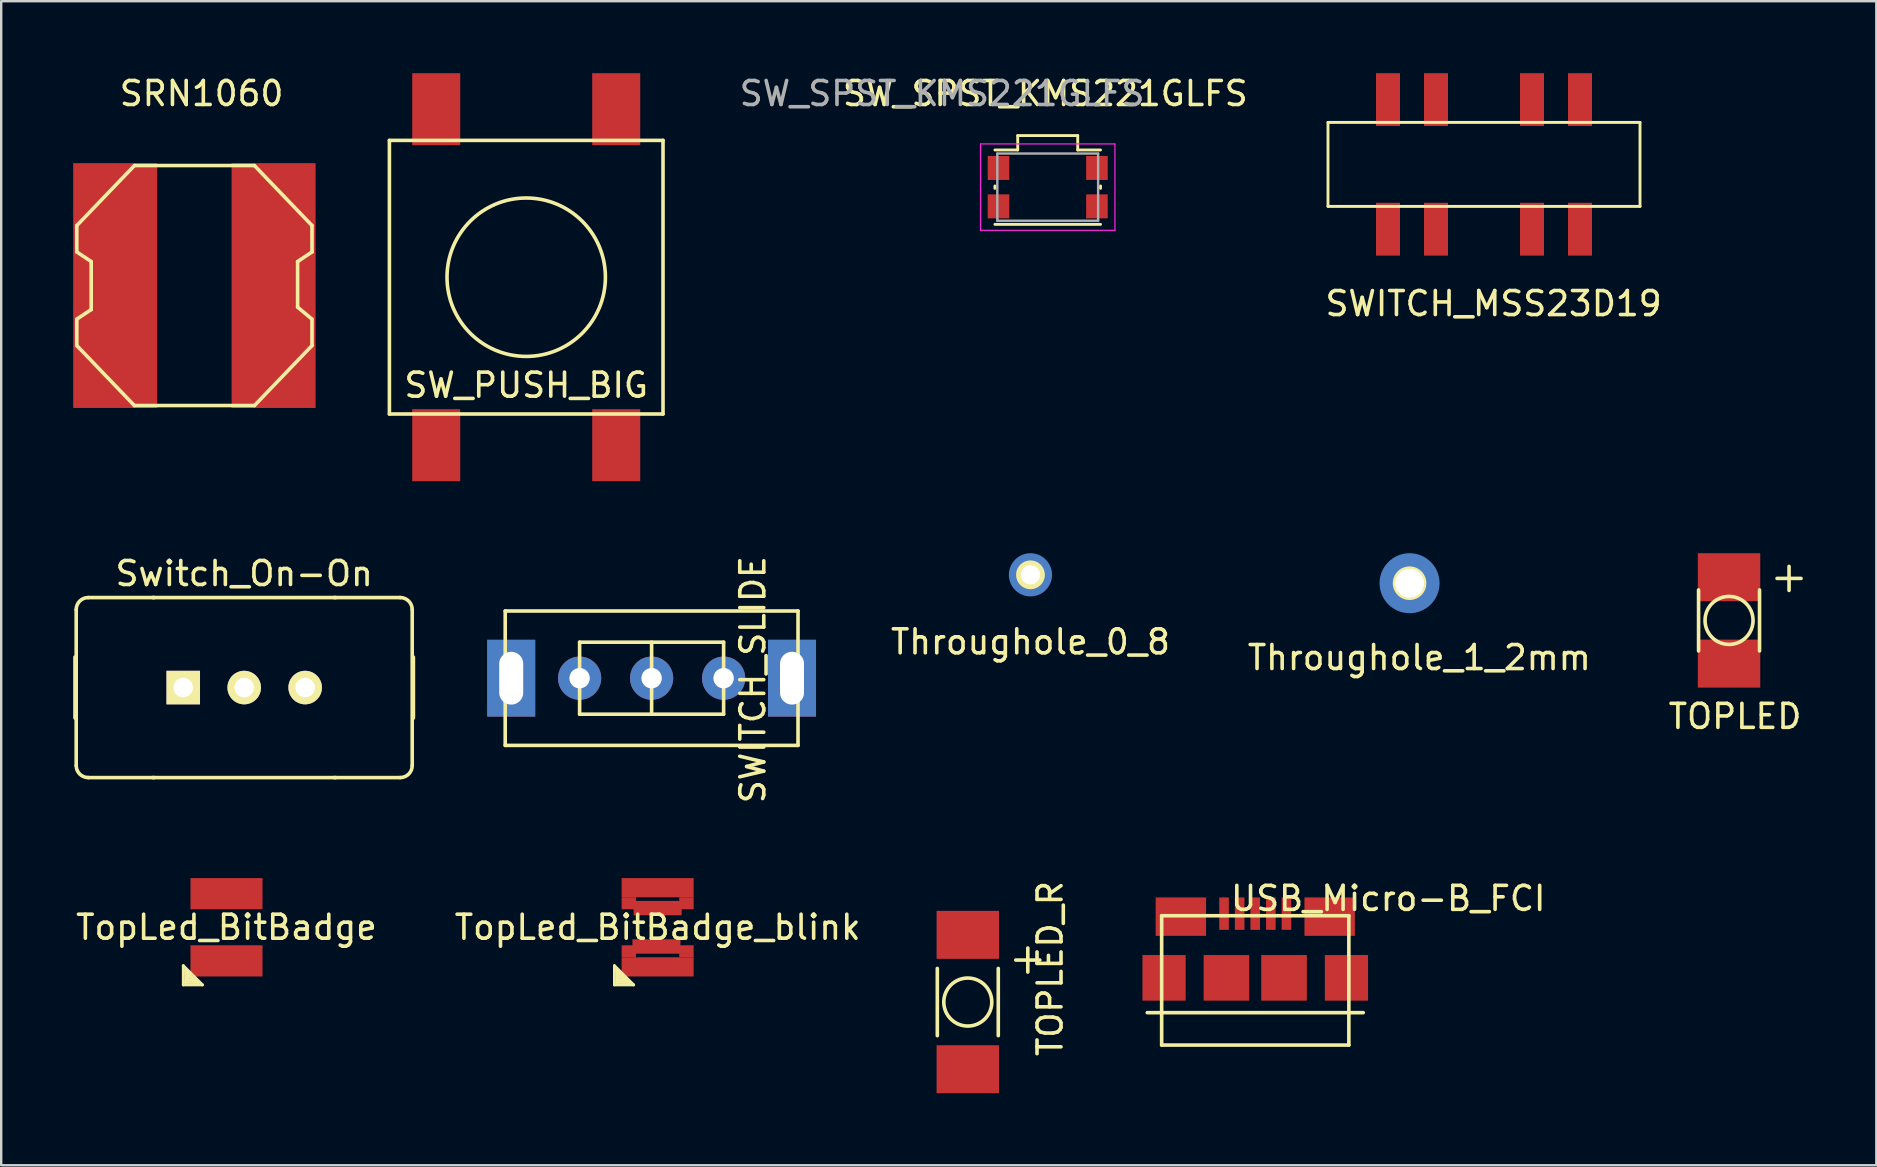
<source format=kicad_pcb>
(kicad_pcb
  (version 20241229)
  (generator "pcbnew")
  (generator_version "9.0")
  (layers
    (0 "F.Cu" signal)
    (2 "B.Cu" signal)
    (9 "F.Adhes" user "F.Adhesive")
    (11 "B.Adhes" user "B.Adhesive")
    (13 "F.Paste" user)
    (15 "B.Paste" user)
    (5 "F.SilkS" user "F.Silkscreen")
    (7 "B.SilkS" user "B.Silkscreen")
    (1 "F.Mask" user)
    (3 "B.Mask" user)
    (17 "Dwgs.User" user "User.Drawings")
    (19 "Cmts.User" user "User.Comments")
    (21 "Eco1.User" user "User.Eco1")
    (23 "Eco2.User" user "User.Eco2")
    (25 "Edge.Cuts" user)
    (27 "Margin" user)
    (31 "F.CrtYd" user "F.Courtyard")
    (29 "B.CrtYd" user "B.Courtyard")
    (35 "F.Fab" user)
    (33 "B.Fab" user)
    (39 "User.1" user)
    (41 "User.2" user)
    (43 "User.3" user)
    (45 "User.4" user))
  (footprint "Switch_On-On"
    (layer "F.Cu")
    (at 7.125 25.598)
    (property "Reference" "Switch_On-On" (at 0 -4.75 0) (layer "F.SilkS") (effects (font (size 1 1) (thickness 0.15))))
    (attr through_hole)
    (fp_line (start -7.05 1.27) (end -7.05 -1.27) (stroke (width 0.15) (type solid)) (layer "F.SilkS"))
    (fp_line (start -7 -3.25) (end -7 3.25) (stroke (width 0.15) (type solid)) (layer "F.SilkS"))
    (fp_line (start -6.5 -3.75) (end -3.75 -3.75) (stroke (width 0.15) (type solid)) (layer "F.SilkS"))
    (fp_line (start -6.5 3.75) (end -3.75 3.75) (stroke (width 0.15) (type solid)) (layer "F.SilkS"))
    (fp_line (start -3.81 3.75) (end 3.81 3.75) (stroke (width 0.15) (type solid)) (layer "F.SilkS"))
    (fp_line (start 3.75 -3.75) (end 6.5 -3.75) (stroke (width 0.15) (type solid)) (layer "F.SilkS"))
    (fp_line (start 3.75 3.75) (end 6.5 3.75) (stroke (width 0.15) (type solid)) (layer "F.SilkS"))
    (fp_line (start 3.81 -3.75) (end -3.81 -3.75) (stroke (width 0.15) (type solid)) (layer "F.SilkS"))
    (fp_line (start 7 -3.25) (end 7 3.25) (stroke (width 0.15) (type solid)) (layer "F.SilkS"))
    (fp_line (start 7.05 -1.27) (end 7.05 1.27) (stroke (width 0.15) (type solid)) (layer "F.SilkS"))
    (fp_arc (start -7 -3.25) (mid -6.853553 -3.603553) (end -6.5 -3.75) (stroke (width 0.15) (type solid)) (layer "F.SilkS"))
    (fp_arc (start -6.5 3.75) (mid -6.853553 3.603553) (end -7 3.25) (stroke (width 0.15) (type solid)) (layer "F.SilkS"))
    (fp_arc (start 6.5 -3.75) (mid 6.853553 -3.603553) (end 7 -3.25) (stroke (width 0.15) (type solid)) (layer "F.SilkS"))
    (fp_arc (start 7 3.25) (mid 6.853553 3.603553) (end 6.5 3.75) (stroke (width 0.15) (type solid)) (layer "F.SilkS"))
    (pad "1" thru_hole circle (at 2.54 0) (size 1.397 1.397) (drill 0.813) (layers "*.Cu" "*.Mask" "F.SilkS"))
    (pad "2" thru_hole circle (at 0 0) (size 1.397 1.397) (drill 0.813) (layers "*.Cu" "*.Mask" "F.SilkS"))
    (pad "3" thru_hole rect (at -2.54 0) (size 1.397 1.397) (drill 0.813) (layers "*.Cu" "*.Mask" "F.SilkS")))
  (footprint "SRN1060"
    (layer "F.Cu")
    (at 5.05 8.848)
    (property "Reference" "SRN1060" (at 0.3 -8 180) (layer "F.SilkS") (effects (font (size 1 1) (thickness 0.15))))
    (attr smd)
    (fp_line (start -4.9 -2.5) (end -2.5 -5) (stroke (width 0.15) (type solid)) (layer "F.SilkS"))
    (fp_line (start -4.9 -1.4) (end -4.9 -2.5) (stroke (width 0.15) (type solid)) (layer "F.SilkS"))
    (fp_line (start -4.9 1.4) (end -4.9 2.5) (stroke (width 0.15) (type solid)) (layer "F.SilkS"))
    (fp_line (start -4.9 2.5) (end -2.5 5) (stroke (width 0.15) (type solid)) (layer "F.SilkS"))
    (fp_line (start -4.3 -1) (end -4.9 -1.4) (stroke (width 0.15) (type solid)) (layer "F.SilkS"))
    (fp_line (start -4.3 -1) (end -4.3 1) (stroke (width 0.15) (type solid)) (layer "F.SilkS"))
    (fp_line (start -4.3 1) (end -4.9 1.4) (stroke (width 0.15) (type solid)) (layer "F.SilkS"))
    (fp_line (start -2.5 -5) (end 2.5 -5) (stroke (width 0.15) (type solid)) (layer "F.SilkS"))
    (fp_line (start 2.5 5) (end -2.5 5) (stroke (width 0.15) (type solid)) (layer "F.SilkS"))
    (fp_line (start 4.3 -1) (end 4.3 0.9) (stroke (width 0.15) (type solid)) (layer "F.SilkS"))
    (fp_line (start 4.3 -1) (end 4.9 -1.4) (stroke (width 0.15) (type solid)) (layer "F.SilkS"))
    (fp_line (start 4.3 0.9) (end 4.9 1.4) (stroke (width 0.15) (type solid)) (layer "F.SilkS"))
    (fp_line (start 4.9 -2.5) (end 2.5 -5) (stroke (width 0.15) (type solid)) (layer "F.SilkS"))
    (fp_line (start 4.9 -1.4) (end 4.9 -2.5) (stroke (width 0.15) (type solid)) (layer "F.SilkS"))
    (fp_line (start 4.9 1.4) (end 4.9 2.5) (stroke (width 0.15) (type solid)) (layer "F.SilkS"))
    (fp_line (start 4.9 2.5) (end 2.5 5) (stroke (width 0.15) (type solid)) (layer "F.SilkS"))
    (pad "1" smd rect (at -3.3 0) (size 3.5 10.2) (layers "F.Cu" "F.Mask" "F.Paste"))
    (pad "2" smd rect (at 3.3 0) (size 3.5 10.2) (layers "F.Cu" "F.Mask" "F.Paste")))
  (footprint "TOPLED_R"
    (layer "F.Cu")
    (at 37.274 38.701)
    (property "Reference" "TOPLED_R" (at 3.429 -1.397 90) (layer "F.SilkS") (effects (font (size 1 1) (thickness 0.15))))
    (attr through_hole)
    (fp_line (start -1.27 -1.4) (end -1.27 1.4) (stroke (width 0.15) (type solid)) (layer "F.SilkS"))
    (fp_line (start 1.27 -1.4) (end 1.27 1.4) (stroke (width 0.15) (type solid)) (layer "F.SilkS"))
    (fp_line (start 2 -1.75) (end 3 -1.75) (stroke (width 0.15) (type solid)) (layer "F.SilkS"))
    (fp_line (start 2.5 -2.25) (end 2.5 -1.25) (stroke (width 0.15) (type solid)) (layer "F.SilkS"))
    (fp_circle (center 0 0) (end 1 0) (stroke (width 0.15) (type solid)) (fill no) (layer "F.SilkS"))
    (pad "1" smd rect (at 0 2.8) (size 2.6 2) (layers "F.Cu" "F.Mask" "F.Paste"))
    (pad "2" smd rect (at 0 -2.8) (size 2.6 2) (layers "F.Cu" "F.Mask" "F.Paste")))
  (footprint "TOPLED"
    (layer "F.Cu")
    (at 68.992 22.8)
    (property "Reference" "TOPLED" (at 0.25 4 0) (layer "F.SilkS") (effects (font (size 1 1) (thickness 0.15))))
    (attr through_hole)
    (fp_line (start -1.27 -1.27) (end -1.27 1.27) (stroke (width 0.15) (type solid)) (layer "F.SilkS"))
    (fp_line (start 1.27 -1.27) (end 1.27 1.27) (stroke (width 0.15) (type solid)) (layer "F.SilkS"))
    (fp_line (start 2 -1.75) (end 3 -1.75) (stroke (width 0.15) (type solid)) (layer "F.SilkS"))
    (fp_line (start 2.5 -2.25) (end 2.5 -1.25) (stroke (width 0.15) (type solid)) (layer "F.SilkS"))
    (fp_circle (center 0 0) (end 1 0) (stroke (width 0.15) (type solid)) (fill no) (layer "F.SilkS"))
    (pad "1" smd rect (at 0 1.8) (size 2.6 2) (layers "F.Cu" "F.Mask" "F.Paste"))
    (pad "2" smd rect (at 0 -1.8) (size 2.6 2) (layers "F.Cu" "F.Mask" "F.Paste")))
  (footprint "Throughole_1_2mm"
    (layer "F.Cu")
    (at 55.681 21.25)
    (property "Reference" "Throughole_1_2mm" (at 0.406 3.099 0) (layer "F.SilkS") (effects (font (size 1 1) (thickness 0.15))))
    (attr through_hole)
    (pad "1" thru_hole circle (at 0 0) (size 1.4 1.4) (drill 1.2) (layers "*.Cu" "*.Mask" "F.SilkS"))
    (pad "1" smd circle (at 0 0) (size 2.5 2.5) (layers "B.Cu" "B.Mask" "B.Paste")))
  (footprint "SW_PUSH_BIG"
    (layer "F.Cu")
    (at 18.875 8.5)
    (property "Reference" "SW_PUSH_BIG" (at 0 4.5 0) (layer "F.SilkS") (effects (font (size 1 1) (thickness 0.15))))
    (attr through_hole)
    (fp_line (start -5.7 -5.7) (end 5.7 -5.7) (stroke (width 0.15) (type solid)) (layer "F.SilkS"))
    (fp_line (start -5.7 5.7) (end -5.7 -5.7) (stroke (width 0.15) (type solid)) (layer "F.SilkS"))
    (fp_line (start -5.7 5.7) (end 5.7 5.7) (stroke (width 0.15) (type solid)) (layer "F.SilkS"))
    (fp_line (start 5.7 -5.7) (end 5.7 5.7) (stroke (width 0.15) (type solid)) (layer "F.SilkS"))
    (fp_circle (center 0 0) (end 3.3 0) (stroke (width 0.15) (type solid)) (fill no) (layer "F.SilkS"))
    (pad "1" smd rect (at -3.75 -7) (size 2 3) (layers "F.Cu" "F.Mask" "F.Paste"))
    (pad "2" smd rect (at 3.75 -7) (size 2 3) (layers "F.Cu" "F.Mask" "F.Paste"))
    (pad "3" smd rect (at -3.75 7) (size 2 3) (layers "F.Cu" "F.Mask" "F.Paste"))
    (pad "4" smd rect (at 3.75 7) (size 2 3) (layers "F.Cu" "F.Mask" "F.Paste")))
  (footprint "SWITCH_SLIDE"
    (layer "F.Cu")
    (at 24.1 25.207)
    (property "Reference" "SWITCH_SLIDE" (at 4.218 0.061 270) (layer "F.SilkS") (effects (font (size 1 1) (thickness 0.15))))
    (attr through_hole)
    (fp_line (start -6.1 -2.8) (end -6.1 2.8) (stroke (width 0.15) (type solid)) (layer "F.SilkS"))
    (fp_line (start -6.1 2.8) (end 6.1 2.8) (stroke (width 0.15) (type solid)) (layer "F.SilkS"))
    (fp_line (start -3 -1.5) (end -3 1.5) (stroke (width 0.15) (type solid)) (layer "F.SilkS"))
    (fp_line (start -3 1.5) (end 3 1.5) (stroke (width 0.15) (type solid)) (layer "F.SilkS"))
    (fp_line (start 0 -1.5) (end 0 1.5) (stroke (width 0.15) (type solid)) (layer "F.SilkS"))
    (fp_line (start 3 -1.5) (end -3 -1.5) (stroke (width 0.15) (type solid)) (layer "F.SilkS"))
    (fp_line (start 3 1.5) (end 3 -1.5) (stroke (width 0.15) (type solid)) (layer "F.SilkS"))
    (fp_line (start 6.1 -2.8) (end -6.1 -2.8) (stroke (width 0.15) (type solid)) (layer "F.SilkS"))
    (fp_line (start 6.1 2.8) (end 6.1 -2.8) (stroke (width 0.15) (type solid)) (layer "F.SilkS"))
    (pad "" thru_hole rect (at -5.85 0 90) (size 3.2 2) (drill oval 2.2 1) (layers "*.Cu" "*.Mask"))
    (pad "" thru_hole rect (at 5.85 0 90) (size 3.2 2) (drill oval 2.2 1) (layers "*.Cu" "*.Mask"))
    (pad "1" thru_hole circle (at -3 0) (size 1.8 1.8) (drill 0.85) (layers "*.Cu" "*.Mask"))
    (pad "2" thru_hole circle (at 0 0) (size 1.8 1.8) (drill 0.85) (layers "*.Cu" "*.Mask"))
    (pad "3" thru_hole circle (at 3 0 90) (size 1.8 1.8) (drill 0.85) (layers "*.Cu" "*.Mask")))
  (footprint "TopLed_BitBadge_blink"
    (layer "F.Cu")
    (at 24.351 35.586)
    (property "Reference" "TopLed_BitBadge_blink" (at 0 0 0) (layer "F.SilkS") (effects (font (size 1 1) (thickness 0.15))))
    (attr through_hole)
    (fp_line (start -1.8 1.6) (end -1.8 2.4) (stroke (width 0.12) (type solid)) (layer "F.SilkS"))
    (fp_line (start -1.8 2.4) (end -1 2.4) (stroke (width 0.12) (type solid)) (layer "F.SilkS"))
    (fp_line (start -1.7 1.8) (end -1.7 2.3) (stroke (width 0.12) (type solid)) (layer "F.SilkS"))
    (fp_line (start -1.7 2.3) (end -1.2 2.3) (stroke (width 0.12) (type solid)) (layer "F.SilkS"))
    (fp_line (start -1.6 2) (end -1.6 2.2) (stroke (width 0.12) (type solid)) (layer "F.SilkS"))
    (fp_line (start -1.6 2.2) (end -1.4 2.2) (stroke (width 0.12) (type solid)) (layer "F.SilkS"))
    (fp_line (start -1.4 2.2) (end -1.6 2) (stroke (width 0.12) (type solid)) (layer "F.SilkS"))
    (fp_line (start -1.2 2.3) (end -1.7 1.8) (stroke (width 0.15) (type solid)) (layer "F.SilkS"))
    (fp_line (start -1 2.4) (end -1.8 1.6) (stroke (width 0.12) (type solid)) (layer "F.SilkS"))
    (pad "" smd rect (at -1.2 -1) (size 0.6 0.5) (layers "F.Cu" "F.Mask" "F.Paste"))
    (pad "" smd rect (at -1.2 1) (size 0.6 0.5) (layers "F.Cu" "F.Mask" "F.Paste"))
    (pad "" smd rect (at -0.05 0.8) (size 2 0.6) (layers "F.Cu" "F.Mask" "F.Paste"))
    (pad "" smd rect (at 0 -0.8) (size 2 0.6) (layers "F.Cu" "F.Mask" "F.Paste"))
    (pad "" smd rect (at 1.2 -1) (size 0.6 0.5) (layers "F.Cu" "F.Mask" "F.Paste"))
    (pad "" smd rect (at 1.2 1) (size 0.6 0.5) (layers "F.Cu" "F.Mask" "F.Paste"))
    (pad "1" smd rect (at 0 -1.65) (size 3 0.8) (layers "F.Cu" "F.Mask" "F.Paste"))
    (pad "2" smd rect (at 0 1.65) (size 3 0.8) (layers "F.Cu" "F.Mask" "F.Paste")))
  (footprint "SW_SPST_KMS221GLFS"
    (layer "F.Cu")
    (at 40.604 4.748)
    (property "Reference" "SW_SPST_KMS221GLFS" (at -0.1 -3.9 0) (layer "F.SilkS") (effects (font (size 1 1) (thickness 0.15))))
    (attr smd)
    (fp_line (start -2.2 0.05) (end -2.2 -0.05) (stroke (width 0.12) (type solid)) (layer "F.SilkS"))
    (fp_line (start -2.2 1.55) (end 2.2 1.55) (stroke (width 0.12) (type solid)) (layer "F.SilkS"))
    (fp_line (start -1.25 -2.15) (end -1.25 -1.55) (stroke (width 0.12) (type solid)) (layer "F.SilkS"))
    (fp_line (start -1.25 -2.15) (end 1.25 -2.15) (stroke (width 0.12) (type solid)) (layer "F.SilkS"))
    (fp_line (start -1.25 -1.55) (end -2.2 -1.55) (stroke (width 0.12) (type solid)) (layer "F.SilkS"))
    (fp_line (start 1.25 -2.15) (end 1.25 -1.55) (stroke (width 0.12) (type solid)) (layer "F.SilkS"))
    (fp_line (start 2.2 -1.55) (end 1.25 -1.55) (stroke (width 0.12) (type solid)) (layer "F.SilkS"))
    (fp_line (start 2.2 0.05) (end 2.2 -0.05) (stroke (width 0.12) (type solid)) (layer "F.SilkS"))
    (fp_line (start -2.8 -1.8) (end 2.8 -1.8) (stroke (width 0.05) (type solid)) (layer "F.CrtYd"))
    (fp_line (start -2.8 1.8) (end -2.8 -1.8) (stroke (width 0.05) (type solid)) (layer "F.CrtYd"))
    (fp_line (start 2.8 -1.8) (end 2.8 1.8) (stroke (width 0.05) (type solid)) (layer "F.CrtYd"))
    (fp_line (start 2.8 1.8) (end -2.8 1.8) (stroke (width 0.05) (type solid)) (layer "F.CrtYd"))
    (fp_line (start -2.1 -1.4) (end 2.1 -1.4) (stroke (width 0.1) (type solid)) (layer "F.Fab"))
    (fp_line (start -2.1 1.4) (end -2.1 -1.4) (stroke (width 0.1) (type solid)) (layer "F.Fab"))
    (fp_line (start 2.1 -1.4) (end 2.1 1.4) (stroke (width 0.1) (type solid)) (layer "F.Fab"))
    (fp_line (start 2.1 1.4) (end -2.1 1.4) (stroke (width 0.1) (type solid)) (layer "F.Fab"))
    (fp_text user "${REFERENCE}" (at -4.4 -3.9 0) (layer "F.Fab") (effects (font (size 1 1) (thickness 0.15))))
    (pad "1" smd rect (at -2.05 -0.8) (size 0.9 1) (layers "F.Cu" "F.Mask" "F.Paste"))
    (pad "1" smd rect (at 2.05 -0.8) (size 0.9 1) (layers "F.Cu" "F.Mask" "F.Paste"))
    (pad "2" smd rect (at -2.05 0.8) (size 0.9 1) (layers "F.Cu" "F.Mask" "F.Paste"))
    (pad "2" smd rect (at 2.05 0.8) (size 0.9 1) (layers "F.Cu" "F.Mask" "F.Paste")))
  (footprint "SWITCH_MSS23D19"
    (layer "F.Cu")
    (at 58.782 3.8)
    (property "Reference" "SWITCH_MSS23D19" (at 0.4 5.8 0) (layer "F.SilkS") (effects (font (size 1 1) (thickness 0.15))))
    (attr through_hole)
    (fp_line (start -6.5 -1.75) (end -6.5 1.75) (stroke (width 0.12) (type solid)) (layer "F.SilkS"))
    (fp_line (start -6.5 -1.75) (end 6.5 -1.75) (stroke (width 0.12) (type solid)) (layer "F.SilkS"))
    (fp_line (start 6.5 -1.75) (end 6.5 1.75) (stroke (width 0.12) (type solid)) (layer "F.SilkS"))
    (fp_line (start 6.5 1.75) (end -6.5 1.75) (stroke (width 0.12) (type solid)) (layer "F.SilkS"))
    (pad "1" smd rect (at -4 -2.7) (size 1 2.2) (layers "F.Cu" "F.Mask" "F.Paste"))
    (pad "2" smd rect (at -2 -2.7) (size 1 2.2) (layers "F.Cu" "F.Mask" "F.Paste"))
    (pad "3" smd rect (at 2 -2.7) (size 1 2.2) (layers "F.Cu" "F.Mask" "F.Paste"))
    (pad "4" smd rect (at 4 -2.7) (size 1 2.2) (layers "F.Cu" "F.Mask" "F.Paste"))
    (pad "5" smd rect (at -4 2.7) (size 1 2.2) (layers "F.Cu" "F.Mask" "F.Paste"))
    (pad "6" smd rect (at -2 2.7) (size 1 2.2) (layers "F.Cu" "F.Mask" "F.Paste"))
    (pad "7" smd rect (at 2 2.7) (size 1 2.2) (layers "F.Cu" "F.Mask" "F.Paste"))
    (pad "8" smd rect (at 4 2.7) (size 1 2.2) (layers "F.Cu" "F.Mask" "F.Paste")))
  (footprint "USB_Micro-B_FCI"
    (layer "F.Cu")
    (at 49.251 37.693)
    (property "Reference" "USB_Micro-B_FCI" (at 5.541 -3.309 0) (layer "F.SilkS") (effects (font (size 1 1) (thickness 0.15))))
    (attr smd)
    (fp_line (start -4.5 1.45) (end 4.5 1.45) (stroke (width 0.15) (type solid)) (layer "F.SilkS"))
    (fp_line (start -3.9 -2.588) (end 3.9 -2.588) (stroke (width 0.15) (type solid)) (layer "F.SilkS"))
    (fp_line (start -3.9 2.8) (end -3.9 -2.588) (stroke (width 0.15) (type solid)) (layer "F.SilkS"))
    (fp_line (start -3.9 2.8) (end 3.9 2.8) (stroke (width 0.15) (type solid)) (layer "F.SilkS"))
    (fp_line (start 3.9 -2.588) (end 3.9 2.8) (stroke (width 0.15) (type solid)) (layer "F.SilkS"))
    (pad "" smd rect (at -3.8 0 90) (size 1.9 1.8) (layers "F.Cu" "F.Mask" "F.Paste"))
    (pad "" smd rect (at -3.1 -2.55 90) (size 1.6 2.1) (layers "F.Cu" "F.Mask" "F.Paste"))
    (pad "" smd rect (at -1.2 0 90) (size 1.9 1.9) (layers "F.Cu" "F.Mask" "F.Paste"))
    (pad "" smd rect (at 1.2 0 90) (size 1.9 1.9) (layers "F.Cu" "F.Mask" "F.Paste"))
    (pad "" smd rect (at 3.1 -2.55 90) (size 1.6 2.1) (layers "F.Cu" "F.Mask" "F.Paste"))
    (pad "" smd rect (at 3.8 0 90) (size 1.9 1.8) (layers "F.Cu" "F.Mask" "F.Paste"))
    (pad "1" smd rect (at -1.3 -2.675 90) (size 1.35 0.4) (layers "F.Cu" "F.Mask" "F.Paste"))
    (pad "2" smd rect (at -0.65 -2.675 90) (size 1.35 0.4) (layers "F.Cu" "F.Mask" "F.Paste"))
    (pad "3" smd rect (at -0.001 -2.675 90) (size 1.35 0.4) (layers "F.Cu" "F.Mask" "F.Paste"))
    (pad "4" smd rect (at 0.65 -2.675 90) (size 1.35 0.4) (layers "F.Cu" "F.Mask" "F.Paste"))
    (pad "5" smd rect (at 1.3 -2.675 90) (size 1.35 0.4) (layers "F.Cu" "F.Mask" "F.Paste")))
  (footprint "TopLed_BitBadge"
    (layer "F.Cu")
    (at 6.387 35.586)
    (property "Reference" "TopLed_BitBadge" (at 0 0 0) (layer "F.SilkS") (effects (font (size 1 1) (thickness 0.15))))
    (attr through_hole)
    (fp_line (start -1.8 1.6) (end -1.8 2.4) (stroke (width 0.12) (type solid)) (layer "F.SilkS"))
    (fp_line (start -1.8 2.4) (end -1 2.4) (stroke (width 0.12) (type solid)) (layer "F.SilkS"))
    (fp_line (start -1.7 1.8) (end -1.7 2.3) (stroke (width 0.12) (type solid)) (layer "F.SilkS"))
    (fp_line (start -1.7 2.3) (end -1.2 2.3) (stroke (width 0.12) (type solid)) (layer "F.SilkS"))
    (fp_line (start -1.6 2) (end -1.6 2.2) (stroke (width 0.12) (type solid)) (layer "F.SilkS"))
    (fp_line (start -1.6 2.2) (end -1.4 2.2) (stroke (width 0.12) (type solid)) (layer "F.SilkS"))
    (fp_line (start -1.4 2.2) (end -1.6 2) (stroke (width 0.12) (type solid)) (layer "F.SilkS"))
    (fp_line (start -1.2 2.3) (end -1.7 1.8) (stroke (width 0.15) (type solid)) (layer "F.SilkS"))
    (fp_line (start -1 2.4) (end -1.8 1.6) (stroke (width 0.12) (type solid)) (layer "F.SilkS"))
    (pad "1" smd rect (at 0 -1.4) (size 3 1.3) (layers "F.Cu" "F.Mask" "F.Paste"))
    (pad "2" smd rect (at 0 1.4) (size 3 1.3) (layers "F.Cu" "F.Mask" "F.Paste")))
  (footprint "Throughole_0_8"
    (layer "F.Cu")
    (at 39.885 20.9)
    (property "Reference" "Throughole_0_8" (at 0 2.794 0) (layer "F.SilkS") (effects (font (size 1 1) (thickness 0.15))))
    (attr through_hole)
    (pad "1" thru_hole circle (at 0 0) (size 1.2 1.2) (drill 0.8) (layers "*.Cu" "*.Mask" "F.SilkS"))
    (pad "1" smd circle (at 0 0) (size 1.8 1.8) (layers "B.Cu" "B.Mask" "B.Paste")))
  (gr_rect
    (start -3 -3)
    (end 75.129 45.501)
    (stroke (width 0.1) (type default))
    (fill no)
    (layer "Edge.Cuts")))
</source>
